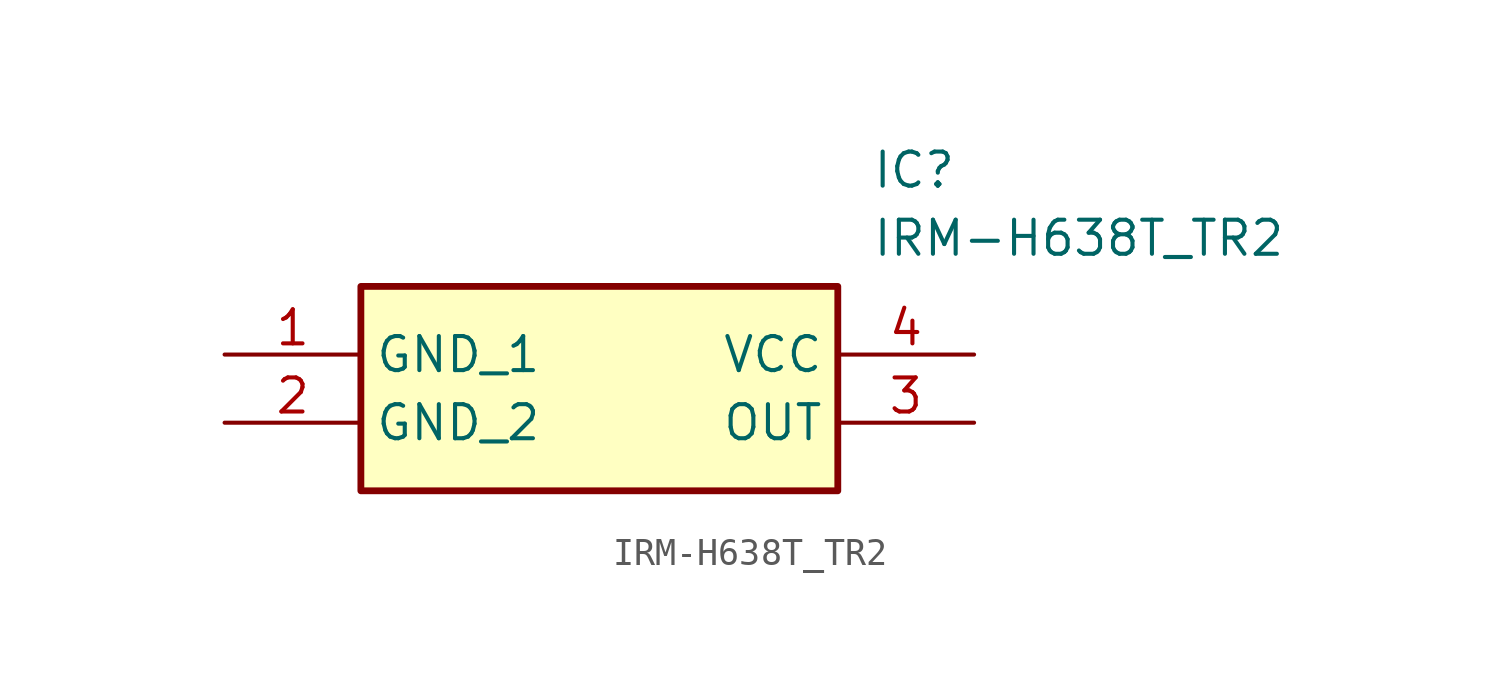
<source format=kicad_sym>
(kicad_symbol_lib
  (version 20231120)
  (generator "kicad_symbol_editor")
  (generator_version "8.0")
  (symbol "IRM-H638T_TR2"
    (property "Reference" "IC"
      (at 24.13 7.62 0)
      (effects (font (size 1.27 1.27)) (justify left top)))
    (property "Value" "IRM-H638T_TR2"
      (at 24.13 5.08 0)
      (effects (font (size 1.27 1.27)) (justify left top)))
    (symbol "IRM-H638T_TR2_1_1"
      (rectangle (start 5.08 2.54) (end 22.86 -5.08) (stroke (width 0.254) (type default)) (fill (type background)))
      (pin passive line (at 0 0 0) (length 5.08) (name "GND_1" (effects (font (size 1.27 1.27)))) (number "1" (effects (font (size 1.27 1.27)))))
      (pin passive line (at 0 -2.54 0) (length 5.08) (name "GND_2" (effects (font (size 1.27 1.27)))) (number "2" (effects (font (size 1.27 1.27)))))
      (pin passive line (at 27.94 -2.54 180) (length 5.08) (name "OUT" (effects (font (size 1.27 1.27)))) (number "3" (effects (font (size 1.27 1.27)))))
      (pin passive line (at 27.94 0 180) (length 5.08) (name "VCC" (effects (font (size 1.27 1.27)))) (number "4" (effects (font (size 1.27 1.27))))))))
</source>
